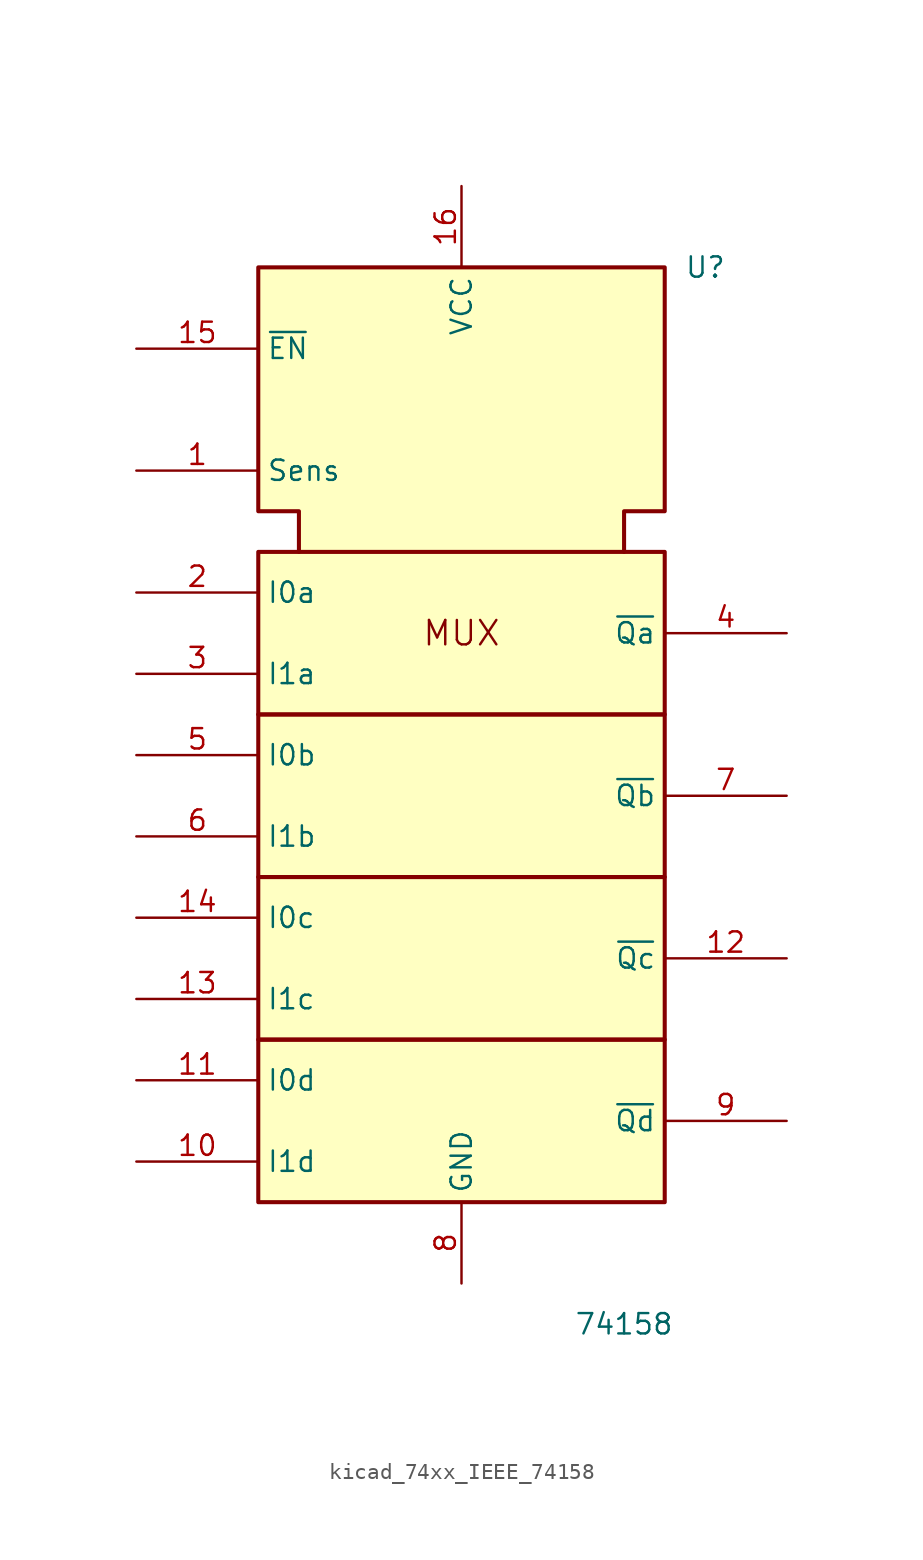
<source format=kicad_sym>
(kicad_symbol_lib
  (version 20220914)
  (generator kicad_symbol_editor)
  (symbol "kicad_74xx_IEEE_74158"
    (property "Reference" "U"
      (at 15.24 48.26 0)
      (effects (font (size 1.27 1.27))))
    (property "Value" "74158"
      (at 10.16 -17.78 0)
      (effects (font (size 1.27 1.27))))
    (symbol "kicad_74xx_IEEE_74158_0_0"
      (rectangle (start -12.7 0) (end 12.7 -10.16) (stroke (width 0.254) (type default)) (fill (type background)))
      (rectangle (start -12.7 10.16) (end 12.7 0) (stroke (width 0.254) (type default)) (fill (type background)))
      (rectangle (start -12.7 20.32) (end 12.7 10.16) (stroke (width 0.254) (type default)) (fill (type background)))
      (rectangle (start -12.7 30.48) (end 12.7 20.32) (stroke (width 0.254) (type default)) (fill (type background)))
      (polyline (pts (xy -10.16 30.48) (xy -10.16 33.02) (xy -12.7 33.02) (xy -12.7 48.26) (xy 12.7 48.26) (xy 12.7 33.02) (xy 10.16 33.02) (xy 10.16 30.48) (xy 10.16 30.48)) (stroke (width 0.254) (type default)) (fill (type background)))
      (text "MUX" (at 0 25.4 0) (effects (font (size 1.524 1.524))))
      (pin power_in line (at 0 53.34 270) (length 5.08) (name "VCC" (effects (font (size 1.27 1.27)))) (number "16" (effects (font (size 1.27 1.27)))))
      (pin power_in line (at 0 -15.24 90) (length 5.08) (name "GND" (effects (font (size 1.27 1.27)))) (number "8" (effects (font (size 1.27 1.27))))))
    (symbol "kicad_74xx_IEEE_74158_1_1"
      (pin input line (at -20.32 35.56 0) (length 7.62) (name "Sens" (effects (font (size 1.27 1.27)))) (number "1" (effects (font (size 1.27 1.27)))))
      (pin input line (at -20.32 -7.62 0) (length 7.62) (name "I1d" (effects (font (size 1.27 1.27)))) (number "10" (effects (font (size 1.27 1.27)))))
      (pin input line (at -20.32 -2.54 0) (length 7.62) (name "I0d" (effects (font (size 1.27 1.27)))) (number "11" (effects (font (size 1.27 1.27)))))
      (pin output line (at 20.32 5.08 180) (length 7.62) (name "~{Qc}" (effects (font (size 1.27 1.27)))) (number "12" (effects (font (size 1.27 1.27)))))
      (pin input line (at -20.32 2.54 0) (length 7.62) (name "I1c" (effects (font (size 1.27 1.27)))) (number "13" (effects (font (size 1.27 1.27)))))
      (pin input line (at -20.32 7.62 0) (length 7.62) (name "I0c" (effects (font (size 1.27 1.27)))) (number "14" (effects (font (size 1.27 1.27)))))
      (pin input line (at -20.32 43.18 0) (length 7.62) (name "~{EN}" (effects (font (size 1.27 1.27)))) (number "15" (effects (font (size 1.27 1.27)))))
      (pin input line (at -20.32 27.94 0) (length 7.62) (name "I0a" (effects (font (size 1.27 1.27)))) (number "2" (effects (font (size 1.27 1.27)))))
      (pin input line (at -20.32 22.86 0) (length 7.62) (name "I1a" (effects (font (size 1.27 1.27)))) (number "3" (effects (font (size 1.27 1.27)))))
      (pin output line (at 20.32 25.4 180) (length 7.62) (name "~{Qa}" (effects (font (size 1.27 1.27)))) (number "4" (effects (font (size 1.27 1.27)))))
      (pin input line (at -20.32 17.78 0) (length 7.62) (name "I0b" (effects (font (size 1.27 1.27)))) (number "5" (effects (font (size 1.27 1.27)))))
      (pin input line (at -20.32 12.7 0) (length 7.62) (name "I1b" (effects (font (size 1.27 1.27)))) (number "6" (effects (font (size 1.27 1.27)))))
      (pin output line (at 20.32 15.24 180) (length 7.62) (name "~{Qb}" (effects (font (size 1.27 1.27)))) (number "7" (effects (font (size 1.27 1.27)))))
      (pin output line (at 20.32 -5.08 180) (length 7.62) (name "~{Qd}" (effects (font (size 1.27 1.27)))) (number "9" (effects (font (size 1.27 1.27))))))))
</source>
